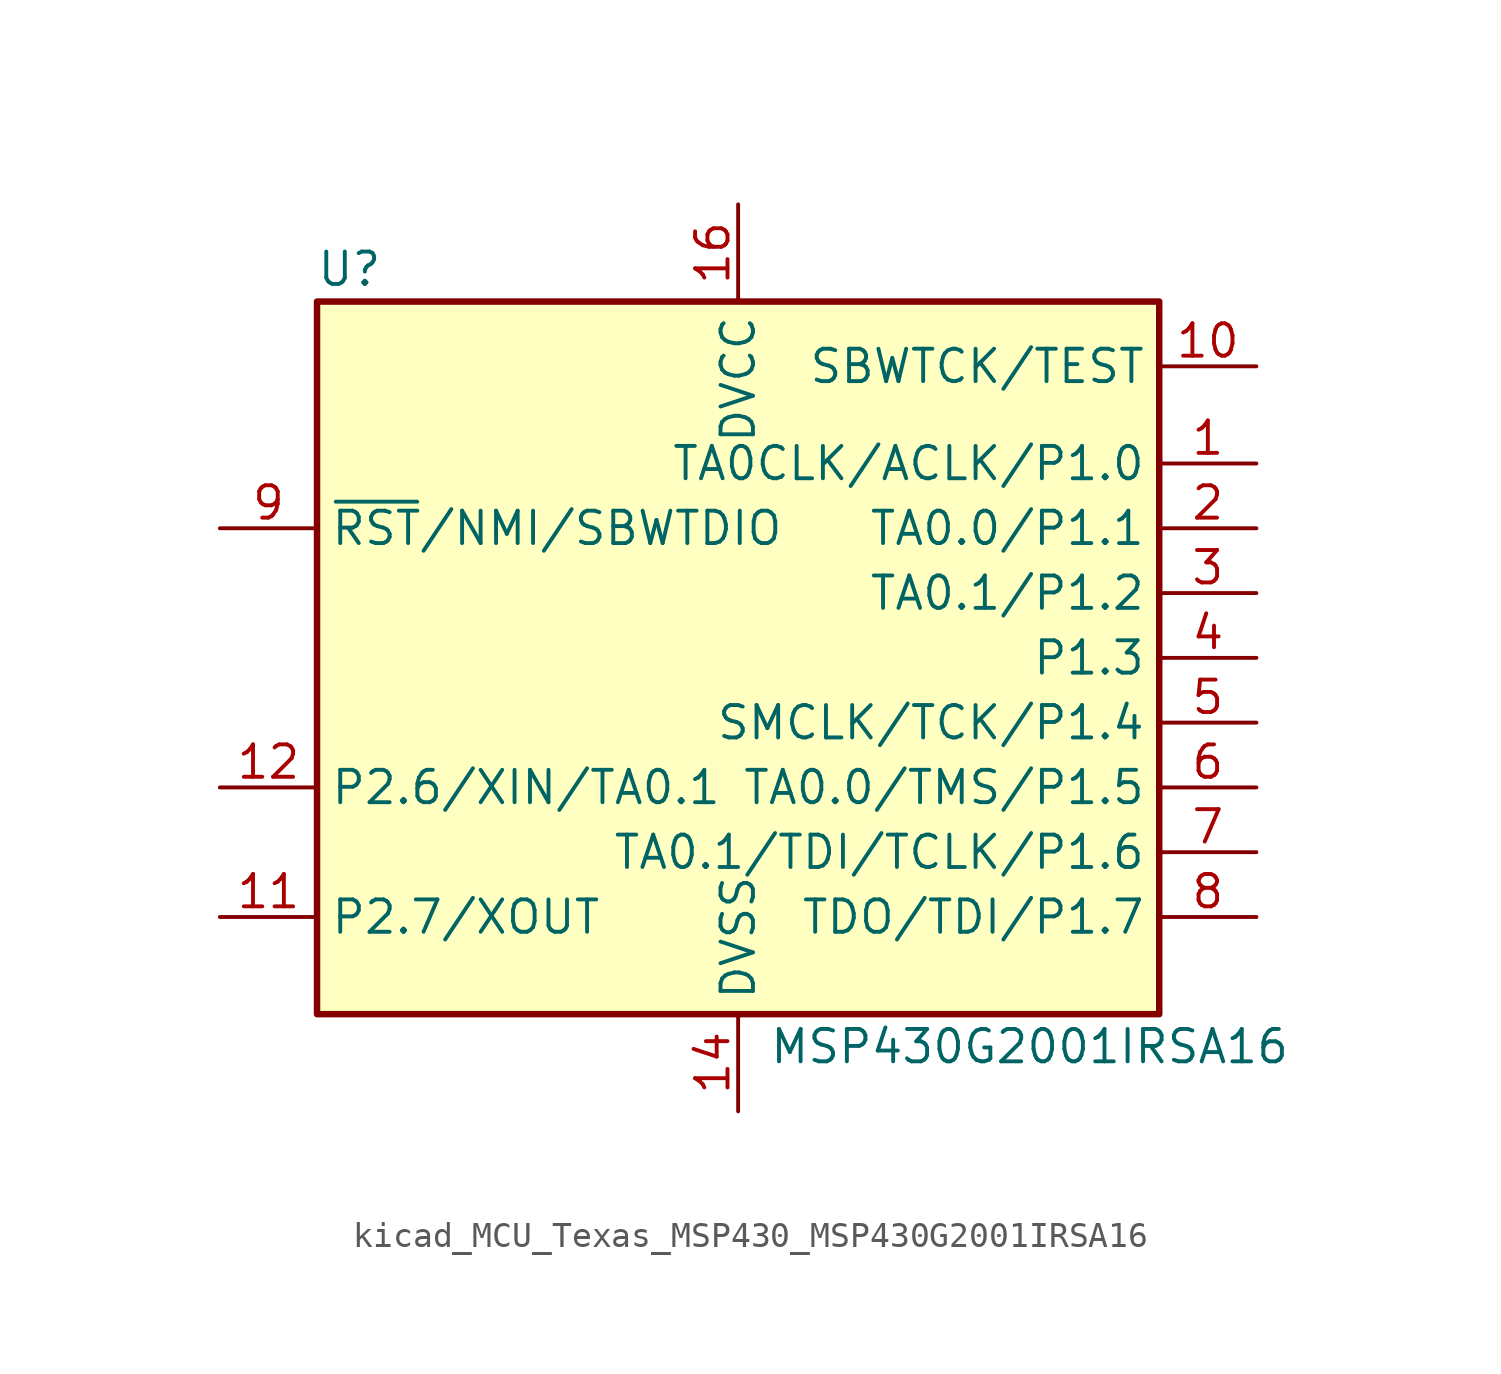
<source format=kicad_sym>
(kicad_symbol_lib
  (version 20220914)
  (generator kicad_symbol_editor)
  (symbol "kicad_MCU_Texas_MSP430_MSP430G2001IRSA16"
    (property "Reference" "U"
      (at -15.24 15.24 0)
      (effects (font (size 1.27 1.27))))
    (property "Value" "MSP430G2001IRSA16"
      (at 11.43 -15.24 0)
      (effects (font (size 1.27 1.27))))
    (symbol "kicad_MCU_Texas_MSP430_MSP430G2001IRSA16_0_1"
      (rectangle (start -16.51 13.97) (end 16.51 -13.97) (stroke (width 0.254) (type default)) (fill (type background))))
    (symbol "kicad_MCU_Texas_MSP430_MSP430G2001IRSA16_1_1"
      (pin bidirectional line (at 20.32 7.62 180) (length 3.81) (name "TA0CLK/ACLK/P1.0" (effects (font (size 1.27 1.27)))) (number "1" (effects (font (size 1.27 1.27)))))
      (pin input line (at 20.32 11.43 180) (length 3.81) (name "SBWTCK/TEST" (effects (font (size 1.27 1.27)))) (number "10" (effects (font (size 1.27 1.27)))))
      (pin bidirectional line (at -20.32 -10.16 0) (length 3.81) (name "P2.7/XOUT" (effects (font (size 1.27 1.27)))) (number "11" (effects (font (size 1.27 1.27)))))
      (pin bidirectional line (at -20.32 -5.08 0) (length 3.81) (name "P2.6/XIN/TA0.1" (effects (font (size 1.27 1.27)))) (number "12" (effects (font (size 1.27 1.27)))))
      (pin power_in line (at 0 -17.78 90) (length 3.81) (name "DVSS" (effects (font (size 1.27 1.27)))) (number "14" (effects (font (size 1.27 1.27)))))
      (pin power_in line (at 0 17.78 270) (length 3.81) (name "DVCC" (effects (font (size 1.27 1.27)))) (number "16" (effects (font (size 1.27 1.27)))))
      (pin bidirectional line (at 20.32 5.08 180) (length 3.81) (name "TA0.0/P1.1" (effects (font (size 1.27 1.27)))) (number "2" (effects (font (size 1.27 1.27)))))
      (pin bidirectional line (at 20.32 2.54 180) (length 3.81) (name "TA0.1/P1.2" (effects (font (size 1.27 1.27)))) (number "3" (effects (font (size 1.27 1.27)))))
      (pin bidirectional line (at 20.32 0 180) (length 3.81) (name "P1.3" (effects (font (size 1.27 1.27)))) (number "4" (effects (font (size 1.27 1.27)))))
      (pin bidirectional line (at 20.32 -2.54 180) (length 3.81) (name "SMCLK/TCK/P1.4" (effects (font (size 1.27 1.27)))) (number "5" (effects (font (size 1.27 1.27)))))
      (pin bidirectional line (at 20.32 -5.08 180) (length 3.81) (name "TA0.0/TMS/P1.5" (effects (font (size 1.27 1.27)))) (number "6" (effects (font (size 1.27 1.27)))))
      (pin bidirectional line (at 20.32 -7.62 180) (length 3.81) (name "TA0.1/TDI/TCLK/P1.6" (effects (font (size 1.27 1.27)))) (number "7" (effects (font (size 1.27 1.27)))))
      (pin bidirectional line (at 20.32 -10.16 180) (length 3.81) (name "TDO/TDI/P1.7" (effects (font (size 1.27 1.27)))) (number "8" (effects (font (size 1.27 1.27)))))
      (pin input line (at -20.32 5.08 0) (length 3.81) (name "~{RST}/NMI/SBWTDIO" (effects (font (size 1.27 1.27)))) (number "9" (effects (font (size 1.27 1.27))))))))
</source>
